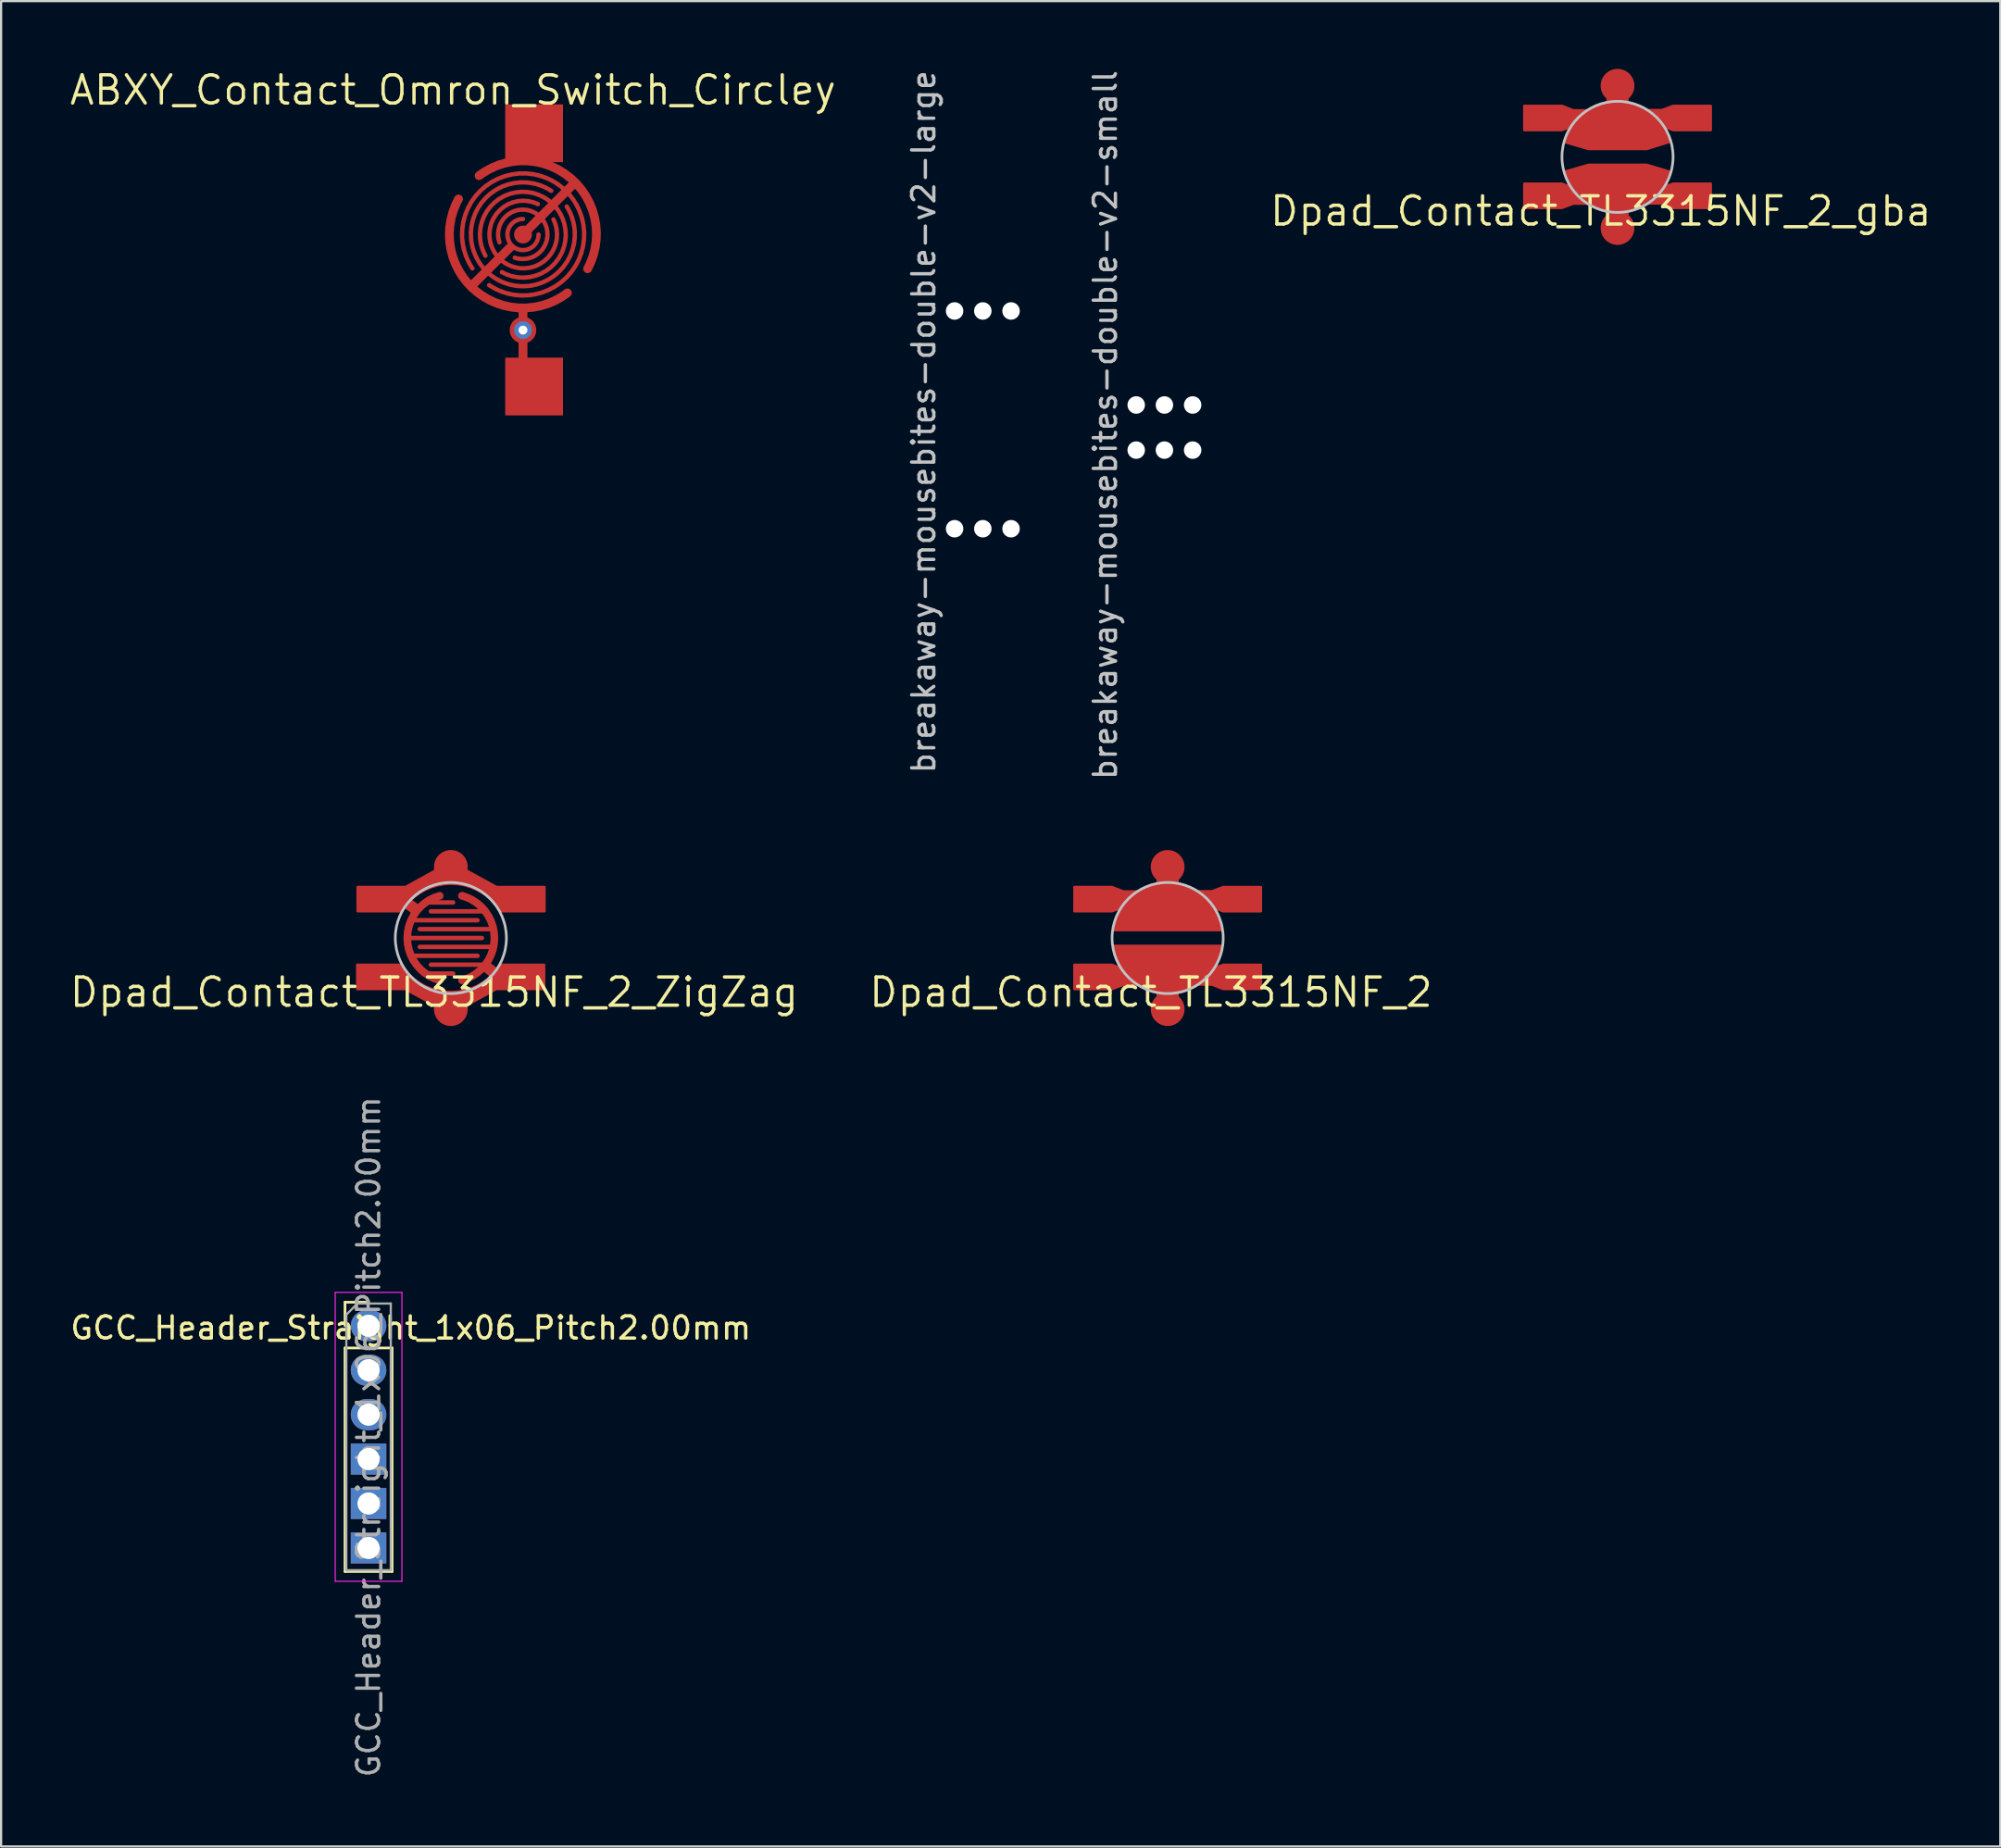
<source format=kicad_pcb>
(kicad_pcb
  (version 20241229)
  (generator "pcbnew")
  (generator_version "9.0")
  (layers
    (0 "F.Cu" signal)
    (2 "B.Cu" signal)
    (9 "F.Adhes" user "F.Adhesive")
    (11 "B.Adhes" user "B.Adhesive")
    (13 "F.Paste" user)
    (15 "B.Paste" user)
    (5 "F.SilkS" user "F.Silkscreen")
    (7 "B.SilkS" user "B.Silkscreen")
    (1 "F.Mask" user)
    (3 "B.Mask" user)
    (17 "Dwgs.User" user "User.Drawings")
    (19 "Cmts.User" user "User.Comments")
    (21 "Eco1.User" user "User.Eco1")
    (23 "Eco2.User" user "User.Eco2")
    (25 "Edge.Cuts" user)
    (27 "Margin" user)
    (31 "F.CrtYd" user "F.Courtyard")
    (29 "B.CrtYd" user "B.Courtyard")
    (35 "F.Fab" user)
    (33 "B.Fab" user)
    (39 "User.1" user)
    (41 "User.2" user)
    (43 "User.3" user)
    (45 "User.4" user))
  (footprint "breakaway-mousebites-double-v2-small"
    (layer "F.Cu")
    (at 49.578 17.437)
    (property "Reference" "breakaway-mousebites-double-v2-small" (at -2.89 -1.36 270) (layer "Dwgs.User") (effects (font (size 1 1) (thickness 0.15))))
    (attr exclude_from_pos_files)
    (pad "" np_thru_hole circle (at -1.5 -2.261 180) (size 0.787 0.787) (drill 0.787) (layers "*.Cu" "*.Mask"))
    (pad "" np_thru_hole circle (at -1.5 -0.23) (size 0.787 0.787) (drill 0.787) (layers "*.Cu" "*.Mask"))
    (pad "" np_thru_hole circle (at -0.23 -2.261 180) (size 0.787 0.787) (drill 0.787) (layers "*.Cu" "*.Mask"))
    (pad "" np_thru_hole circle (at -0.23 -0.23) (size 0.787 0.787) (drill 0.787) (layers "*.Cu" "*.Mask"))
    (pad "" np_thru_hole circle (at 1.04 -2.261 180) (size 0.787 0.787) (drill 0.787) (layers "*.Cu" "*.Mask"))
    (pad "" np_thru_hole circle (at 1.04 -0.23) (size 0.787 0.787) (drill 0.787) (layers "*.Cu" "*.Mask")))
  (footprint "Dpad_Contact_TL3315NF_2_ZigZag"
    (layer "F.Cu")
    (at 17.238 39.165)
    (property "Reference" "Dpad_Contact_TL3315NF_2_ZigZag" (at -0.751 2.442 0) (layer "F.SilkS") (effects (font (size 1.27 1.27) (thickness 0.15))))
    (attr smd)
    (fp_circle (center 0 -3.2) (end 0.75 -3.18) (stroke (width 0.12) (type solid)) (fill yes) (layer "F.Mask"))
    (fp_circle (center 0 0) (end 2.53 -0.05) (stroke (width 0.12) (type solid)) (fill yes) (layer "F.Mask"))
    (fp_circle (center 0 3.2) (end 0.75 3.12) (stroke (width 0.12) (type solid)) (fill yes) (layer "F.Mask"))
    (fp_circle (center 0 0) (end 0 -2.5) (stroke (width 0.12) (type solid)) (fill no) (layer "Dwgs.User"))
    (pad "1" smd custom (at 0 3.2 180) (size 1.524 1.524) (layers "F.Cu" "F.Mask" "F.Paste") (options (anchor circle)) (primitives (gr_arc (start -2.3125 1.857945) (mid 0 0.625) (end 2.3125 1.857945) (width 0.4)) (gr_poly (pts (xy 4.217 0.9) (xy 2.517 0.9) (xy 2.007 0.9) (xy 1.373 0.999) (xy 2.264 2) (xy 2.517 2) (xy 4.217 2)) (width 0.1) (fill yes)) (gr_line (start 2.007 1.1) (end 0 0) (width 0.5)) (gr_line (start -2 1.6) (end -1.6 1.9) (width 0.5)) (gr_line (start 0.9 2) (end -1.6 2) (width 0.2)) (gr_arc (start -0.5 5.1) (mid -1.957922 3.201718) (end -0.503318 1.300892) (width 0.35)) (gr_line (start 1.4 2.8) (end -1.918 2.8) (width 0.2)) (gr_line (start 1.4 3.6) (end -1.8 3.6) (width 0.2)) (gr_line (start 0.9 4.4) (end -1.45 4.4) (width 0.2)) (gr_poly (pts (xy -4.2 0.9) (xy -2.5 0.9) (xy -2.05 0.9) (xy -1.356 0.999) (xy -2.247 2) (xy -2.5 2) (xy -4.2 2)) (width 0.1) (fill yes)) (gr_line (start -1.99 1.1) (end 0 0) (width 0.5))))
    (pad "2" smd custom (at 0 -3.2) (size 1.524 1.524) (layers "F.Cu" "F.Mask" "F.Paste") (options (anchor circle)) (primitives (gr_arc (start -2.3 1.85) (mid 0.0125 0.617055) (end 2.325 1.85) (width 0.4)) (gr_line (start 2.007 1.1) (end 0 0) (width 0.5)) (gr_poly (pts (xy 4.217 0.9) (xy 2.517 0.9) (xy 2.007 0.9) (xy 1.373 0.999) (xy 2.264 2) (xy 2.517 2) (xy 4.217 2)) (width 0.1) (fill yes)) (gr_line (start -1.99 1.1) (end 0 0) (width 0.5)) (gr_poly (pts (xy -4.2 0.9) (xy -2.5 0.9) (xy -2.05 0.9) (xy -1.356 0.999) (xy -2.247 2) (xy -2.5 2) (xy -4.2 2)) (width 0.1) (fill yes)) (gr_line (start -2 1.6) (end -1.6 1.9) (width 0.5)) (gr_arc (start -0.5 5.1) (mid -1.957922 3.201718) (end -0.503318 1.300892) (width 0.35)) (gr_line (start -1.05 1.6) (end 0.1 1.6) (width 0.2)) (gr_line (start 1.4 3.2) (end -1.9 3.2) (width 0.2)) (gr_line (start 1.2 4) (end -1.8 4) (width 0.2)) (gr_line (start 1.2 2.4) (end -1.65 2.4) (width 0.2)) (gr_line (start 0.1 4.8) (end -1.1 4.8) (width 0.2))))
    (zone (net_name "") (layers "F.Cu" "F.SilkS") (hatch edge 0.508) (connect_pads) (min_thickness 0.254) (filled_areas_thickness no) (keepout (tracks allowed) (vias allowed) (pads allowed) (copperpour not_allowed) (footprints allowed)) (placement (enabled no)) (fill) (polygon (pts (xy 20.238 40.365) (xy 14.238 40.365) (xy 14.238 37.965) (xy 20.238 37.965)))))
  (footprint "Dpad_Contact_TL3315NF_2_gba"
    (layer "F.Cu")
    (at 69.737 4.01)
    (property "Reference" "Dpad_Contact_TL3315NF_2_gba" (at -0.751 2.442 0) (layer "F.SilkS") (effects (font (size 1.27 1.27) (thickness 0.15))))
    (attr smd)
    (fp_circle (center 0 -3.2) (end 0.75 -3.18) (stroke (width 0.12) (type solid)) (fill yes) (layer "F.Mask"))
    (fp_circle (center 0 0) (end 2.53 -0.05) (stroke (width 0.12) (type solid)) (fill yes) (layer "F.Mask"))
    (fp_circle (center 0 3.2) (end 0.75 3.12) (stroke (width 0.12) (type solid)) (fill yes) (layer "F.Mask"))
    (fp_circle (center 0 0) (end 0 -2.5) (stroke (width 0.12) (type solid)) (fill no) (layer "Dwgs.User"))
    (pad "1" smd custom (at 0 3.2) (size 1.524 1.524) (layers "F.Cu" "F.Mask" "F.Paste") (options (anchor circle)) (primitives (gr_poly (pts (xy 1.3 -2.8) (xy 2.33 -2.49) (xy 2.285 -2.347) (xy 2.159 -2.061) (xy 1.997 -1.794) (xy 1.803 -1.55) (xy 1.579 -1.333) (xy 1.329 -1.146) (xy 1.057 -0.993) (xy 0.767 -0.875) (xy 0.466 -0.796) (xy 0.156 -0.756) (xy -0.156 -0.756) (xy -0.466 -0.796) (xy -0.767 -0.875) (xy -1.057 -0.993) (xy -1.329 -1.146) (xy -1.579 -1.333) (xy -1.803 -1.55) (xy -1.997 -1.794) (xy -2.159 -2.061) (xy -2.285 -2.347) (xy -2.33 -2.5) (xy -1.29 -2.8)) (width 0.2) (fill yes)) (gr_poly (pts (xy -4.2 -2) (xy -2.5 -2) (xy -1.99 -1.8) (xy -1.24 -1.8) (xy -1.24 -1.09) (xy -1.99 -1.09) (xy -2.5 -0.9) (xy -4.2 -0.9)) (width 0.1) (fill yes)) (gr_poly (pts (xy 4.2 -0.9) (xy 2.5 -0.9) (xy 1.99 -1.1) (xy 1.24 -1.1) (xy 1.24 -1.81) (xy 1.99 -1.81) (xy 2.5 -2) (xy 4.2 -2)) (width 0.1) (fill yes)) (gr_line (start 0 0) (end 0 -1.5) (width 1))))
    (pad "2" smd custom (at 0 -3.2) (size 1.524 1.524) (layers "F.Cu" "F.Mask" "F.Paste") (options (anchor circle)) (primitives (gr_line (start 0 0) (end 0 1.5) (width 1)) (gr_poly (pts (xy 1.31 2.8) (xy 2.33 2.48) (xy 2.285 2.347) (xy 2.159 2.061) (xy 1.997 1.794) (xy 1.803 1.55) (xy 1.579 1.333) (xy 1.329 1.146) (xy 1.057 0.993) (xy 0.767 0.875) (xy 0.466 0.796) (xy 0.156 0.756) (xy -0.156 0.756) (xy -0.466 0.796) (xy -0.767 0.875) (xy -1.057 0.993) (xy -1.329 1.146) (xy -1.579 1.333) (xy -1.803 1.55) (xy -1.997 1.794) (xy -2.159 2.061) (xy -2.285 2.347) (xy -2.33 2.5) (xy -1.31 2.8)) (width 0.2) (fill yes)) (gr_poly (pts (xy 4.2 2.001) (xy 2.499 2.001) (xy 1.989 1.801) (xy 1.239 1.801) (xy 1.239 1.091) (xy 1.989 1.091) (xy 2.499 0.901) (xy 4.2 0.901)) (width 0.1) (fill yes)) (gr_poly (pts (xy -4.2 0.9) (xy -2.5 0.9) (xy -1.99 1.1) (xy -1.24 1.1) (xy -1.24 1.81) (xy -1.99 1.81) (xy -2.5 2) (xy -4.2 2)) (width 0.1) (fill yes))))
    (zone (net_name "") (layer "F.Cu") (hatch edge 0.508) (connect_pads) (min_thickness 0.254) (filled_areas_thickness no) (keepout (tracks allowed) (vias allowed) (pads allowed) (copperpour not_allowed) (footprints allowed)) (placement (enabled no)) (fill) (polygon (pts (xy 72.737 5.31) (xy 66.737 5.31) (xy 66.737 2.71) (xy 72.737 2.71)))))
  (footprint "ABXY_Contact_Omron_Switch_Circley"
    (layer "F.Cu")
    (at 20.484 7.506)
    (property "Reference" "ABXY_Contact_Omron_Switch_Circley" (at -3.15 -6.5 0) (layer "F.SilkS") (effects (font (size 1.27 1.27) (thickness 0.15))))
    (attr smd)
    (fp_rect (start -0.8 -5.86) (end 1.8 -3.26) (stroke (width 0) (type solid)) (fill yes) (layer "F.Mask"))
    (fp_rect (start -0.8 5.54) (end 1.8 8.14) (stroke (width 0) (type solid)) (fill yes) (layer "F.Mask"))
    (fp_circle (center 0 0) (end 3.5 0) (stroke (width 0.12) (type solid)) (fill yes) (layer "F.Mask"))
    (pad "1" smd custom (at 0 -4.2) (size 1.524 1.524) (layers "F.Cu" "F.Mask" "F.Paste") (options (anchor circle)) (primitives (gr_rect (start -0.8 -1.66) (end 1.8 0.94) (width 0) (fill yes)) (gr_arc (start -1.975 1.55) (mid 2.155413 1.674563) (end 2.906521 5.738018) (width 0.4)) (gr_line (start 0 4.199) (end 2.31 1.89) (width 0.4)) (gr_arc (start -2.275 5.725) (mid 1.947239 2.251586) (end -1.52362 6.475926) (width 0.2)) (gr_arc (start -1.06 4.55) (mid 0.775893 3.404107) (end -0.37 5.24) (width 0.2)) (gr_circle (center 0 4.199) (end 0.403 4.199) (width 0) (fill yes)) (gr_arc (start -1.69 5.15) (mid 1.357692 2.842308) (end -0.95 5.89) (width 0.2))))
    (pad "2" thru_hole circle (at 0 4.3) (size 0.8 0.8) (drill 0.4) (layers "*.Cu" "*.Mask"))
    (pad "2" smd custom (at 0 4.3) (size 1.2 1.2) (layers "F.Cu" "F.Mask" "F.Paste") (options (anchor circle)) (primitives (gr_line (start 0 -0.8) (end 0 2) (width 0.4)) (gr_rect (start -0.8 1.24) (end 1.8 3.84) (width 0) (fill yes)) (gr_arc (start 2 -1.675) (mid -2.165167 -1.797737) (end -2.900363 -5.899343) (width 0.4)) (gr_line (start -0.57 -3.73) (end -2.3 -2) (width 0.4)) (gr_arc (start 1.37 -4.98) (mid -1.056718 -3.218185) (end 0.67 -5.67) (width 0.2)) (gr_arc (start 0.7 -4.3) (mid -0.494975 -3.805025) (end 0 -5) (width 0.2)) (gr_arc (start 1.97 -5.56) (mid -1.670757 -2.670591) (end 1.27 -6.27) (width 0.2))))
    (zone (net_name "") (layer "F.Cu") (hatch edge 0.508) (connect_pads) (min_thickness 0.254) (filled_areas_thickness no) (keepout (tracks allowed) (vias allowed) (pads allowed) (copperpour not_allowed) (footprints allowed)) (placement (enabled no)) (fill) (polygon (pts (xy 24.448 7.506) (xy 24.429 7.119) (xy 24.373 6.736) (xy 24.279 6.36) (xy 24.149 5.995) (xy 23.984 5.645) (xy 23.786 5.312) (xy 23.556 5) (xy 23.297 4.713) (xy 23.011 4.451) (xy 22.701 4.219) (xy 22.369 4.019) (xy 22.02 3.851) (xy 21.656 3.719) (xy 21.281 3.623) (xy 20.898 3.563) (xy 20.511 3.542) (xy 20.124 3.558) (xy 19.741 3.612) (xy 19.364 3.703) (xy 18.999 3.83) (xy 18.647 3.993) (xy 18.313 4.189) (xy 17.999 4.416) (xy 17.71 4.674) (xy 17.447 4.958) (xy 17.212 5.266) (xy 17.01 5.596) (xy 16.84 5.944) (xy 16.705 6.307) (xy 16.606 6.682) (xy 16.544 7.064) (xy 16.52 7.451) (xy 16.533 7.838) (xy 16.584 8.222) (xy 16.673 8.599) (xy 16.798 8.966) (xy 16.958 9.318) (xy 17.151 9.654) (xy 17.377 9.969) (xy 17.632 10.26) (xy 17.914 10.525) (xy 18.221 10.762) (xy 18.55 10.967) (xy 18.896 11.139) (xy 19.259 11.277) (xy 19.632 11.378) (xy 20.014 11.443) (xy 20.401 11.47) (xy 20.788 11.459) (xy 21.172 11.411) (xy 21.55 11.325) (xy 21.917 11.202) (xy 22.271 11.045) (xy 22.608 10.854) (xy 22.925 10.63) (xy 23.218 10.377) (xy 23.485 10.097) (xy 23.723 9.792) (xy 23.931 9.464) (xy 24.106 9.119) (xy 24.246 8.758) (xy 24.35 8.385) (xy 24.417 8.003) (xy 24.447 7.617)))))
  (footprint "breakaway-mousebites-double-v2-large"
    (layer "F.Cu")
    (at 41.406 17.295)
    (property "Reference" "breakaway-mousebites-double-v2-large" (at -2.89 -1.36 270) (layer "Dwgs.User") (effects (font (size 1 1) (thickness 0.15))))
    (attr exclude_from_pos_files)
    (pad "" np_thru_hole circle (at -1.5 -6.35 180) (size 0.787 0.787) (drill 0.787) (layers "*.Cu" "*.Mask"))
    (pad "" np_thru_hole circle (at -1.5 3.45) (size 0.787 0.787) (drill 0.787) (layers "*.Cu" "*.Mask"))
    (pad "" np_thru_hole circle (at -0.23 -6.35 180) (size 0.787 0.787) (drill 0.787) (layers "*.Cu" "*.Mask"))
    (pad "" np_thru_hole circle (at -0.23 3.45) (size 0.787 0.787) (drill 0.787) (layers "*.Cu" "*.Mask"))
    (pad "" np_thru_hole circle (at 1.04 -6.35 180) (size 0.787 0.787) (drill 0.787) (layers "*.Cu" "*.Mask"))
    (pad "" np_thru_hole circle (at 1.04 3.45) (size 0.787 0.787) (drill 0.787) (layers "*.Cu" "*.Mask")))
  (footprint "GCC_Header_Straight_1x06_Pitch2.00mm"
    (layer "F.Cu")
    (at 13.535 56.614)
    (property "Reference" "GCC_Header_Straight_1x06_Pitch2.00mm" (at 1.9 0.1 0) (layer "F.SilkS") (effects (font (size 1 1) (thickness 0.15))))
    (attr through_hole)
    (fp_line (start -1.06 -1.06) (end 0 -1.06) (stroke (width 0.12) (type solid)) (layer "F.SilkS"))
    (fp_line (start -1.06 0) (end -1.06 -1.06) (stroke (width 0.12) (type solid)) (layer "F.SilkS"))
    (fp_line (start -1.06 1) (end -1.06 11.06) (stroke (width 0.12) (type solid)) (layer "F.SilkS"))
    (fp_line (start -1.06 1) (end 1.06 1) (stroke (width 0.12) (type solid)) (layer "F.SilkS"))
    (fp_line (start -1.06 11.06) (end 1.06 11.06) (stroke (width 0.12) (type solid)) (layer "F.SilkS"))
    (fp_line (start 1.06 1) (end 1.06 11.06) (stroke (width 0.12) (type solid)) (layer "F.SilkS"))
    (fp_line (start -1.5 -1.5) (end -1.5 11.5) (stroke (width 0.05) (type solid)) (layer "F.CrtYd"))
    (fp_line (start -1.5 11.5) (end 1.5 11.5) (stroke (width 0.05) (type solid)) (layer "F.CrtYd"))
    (fp_line (start 1.5 -1.5) (end -1.5 -1.5) (stroke (width 0.05) (type solid)) (layer "F.CrtYd"))
    (fp_line (start 1.5 11.5) (end 1.5 -1.5) (stroke (width 0.05) (type solid)) (layer "F.CrtYd"))
    (fp_line (start -1 -0.5) (end -0.5 -1) (stroke (width 0.1) (type solid)) (layer "F.Fab"))
    (fp_line (start -1 11) (end -1 -0.5) (stroke (width 0.1) (type solid)) (layer "F.Fab"))
    (fp_line (start -0.5 -1) (end 1 -1) (stroke (width 0.1) (type solid)) (layer "F.Fab"))
    (fp_line (start 1 -1) (end 1 11) (stroke (width 0.1) (type solid)) (layer "F.Fab"))
    (fp_line (start 1 11) (end -1 11) (stroke (width 0.1) (type solid)) (layer "F.Fab"))
    (fp_text user "${REFERENCE}" (at 0 5 90) (layer "F.Fab") (effects (font (size 1 1) (thickness 0.15))))
    (pad "1" thru_hole oval (at 0 0 180) (size 1.6 1.4) (drill 1) (layers "*.Cu" "*.Mask"))
    (pad "2" thru_hole oval (at 0 2 180) (size 1.6 1.4) (drill 1) (layers "*.Cu" "*.Mask"))
    (pad "3" thru_hole oval (at 0 4 180) (size 1.6 1.4) (drill 1) (layers "*.Cu" "*.Mask"))
    (pad "4" thru_hole rect (at 0 6 180) (size 1.6 1.4) (drill 1) (layers "*.Cu" "*.Mask"))
    (pad "5" thru_hole rect (at 0 8 180) (size 1.6 1.4) (drill 1) (layers "*.Cu" "*.Mask"))
    (pad "6" thru_hole rect (at 0 10 180) (size 1.6 1.4) (drill 1) (layers "*.Cu" "*.Mask")))
  (footprint "Dpad_Contact_TL3315NF_2"
    (layer "F.Cu")
    (at 49.493 39.165)
    (property "Reference" "Dpad_Contact_TL3315NF_2" (at -0.751 2.442 0) (layer "F.SilkS") (effects (font (size 1.27 1.27) (thickness 0.15))))
    (attr smd)
    (fp_circle (center 0 -3.2) (end 0.75 -3.18) (stroke (width 0.12) (type solid)) (fill yes) (layer "F.Mask"))
    (fp_circle (center 0 0) (end 2.53 -0.05) (stroke (width 0.12) (type solid)) (fill yes) (layer "F.Mask"))
    (fp_circle (center 0 3.2) (end 0.75 3.12) (stroke (width 0.12) (type solid)) (fill yes) (layer "F.Mask"))
    (fp_circle (center 0 0) (end 0 -2.5) (stroke (width 0.12) (type solid)) (fill no) (layer "Dwgs.User"))
    (pad "1" smd custom (at 0 3.2) (size 1.524 1.524) (layers "F.Cu" "F.Mask" "F.Paste") (options (anchor circle)) (primitives (gr_line (start 0 0) (end 0 -1.5) (width 1)) (gr_poly (pts (arc (start 2.4 -2.8) (mid 0.000001 -0.753827) (end -2.4 -2.8))) (width 0.2) (fill yes)) (gr_poly (pts (xy 4.2 -0.9) (xy 2.5 -0.9) (xy 1.99 -1.1) (xy 1.24 -1.1) (xy 1.24 -1.81) (xy 1.99 -1.81) (xy 2.5 -2) (xy 4.2 -2)) (width 0.1) (fill yes)) (gr_poly (pts (xy -4.2 -2) (xy -2.5 -2) (xy -1.99 -1.8) (xy -1.24 -1.8) (xy -1.24 -1.09) (xy -1.99 -1.09) (xy -2.5 -0.9) (xy -4.2 -0.9)) (width 0.1) (fill yes))))
    (pad "2" smd custom (at 0 -3.2) (size 1.524 1.524) (layers "F.Cu" "F.Mask" "F.Paste") (options (anchor circle)) (primitives (gr_line (start 0 0) (end 0 1.5) (width 1)) (gr_poly (pts (arc (start 2.4 2.8) (mid -0.000001 0.753827) (end -2.4 2.8))) (width 0.2) (fill yes)) (gr_poly (pts (xy 4.2 2.001) (xy 2.499 2.001) (xy 1.989 1.801) (xy 1.239 1.801) (xy 1.239 1.091) (xy 1.989 1.091) (xy 2.499 0.901) (xy 4.2 0.901)) (width 0.1) (fill yes)) (gr_poly (pts (xy -4.2 0.9) (xy -2.5 0.9) (xy -1.99 1.1) (xy -1.24 1.1) (xy -1.24 1.81) (xy -1.99 1.81) (xy -2.5 2) (xy -4.2 2)) (width 0.1) (fill yes))))
    (zone (net_name "") (layer "F.Cu") (hatch edge 0.508) (connect_pads) (min_thickness 0.254) (filled_areas_thickness no) (keepout (tracks allowed) (vias allowed) (pads allowed) (copperpour not_allowed) (footprints allowed)) (placement (enabled no)) (fill) (polygon (pts (xy 52.493 40.465) (xy 46.493 40.465) (xy 46.493 37.865) (xy 52.493 37.865)))))
  (gr_rect
    (start -3 -3)
    (end 86.962 80.048)
    (stroke (width 0.1) (type default))
    (fill no)
    (layer "Edge.Cuts")))
</source>
